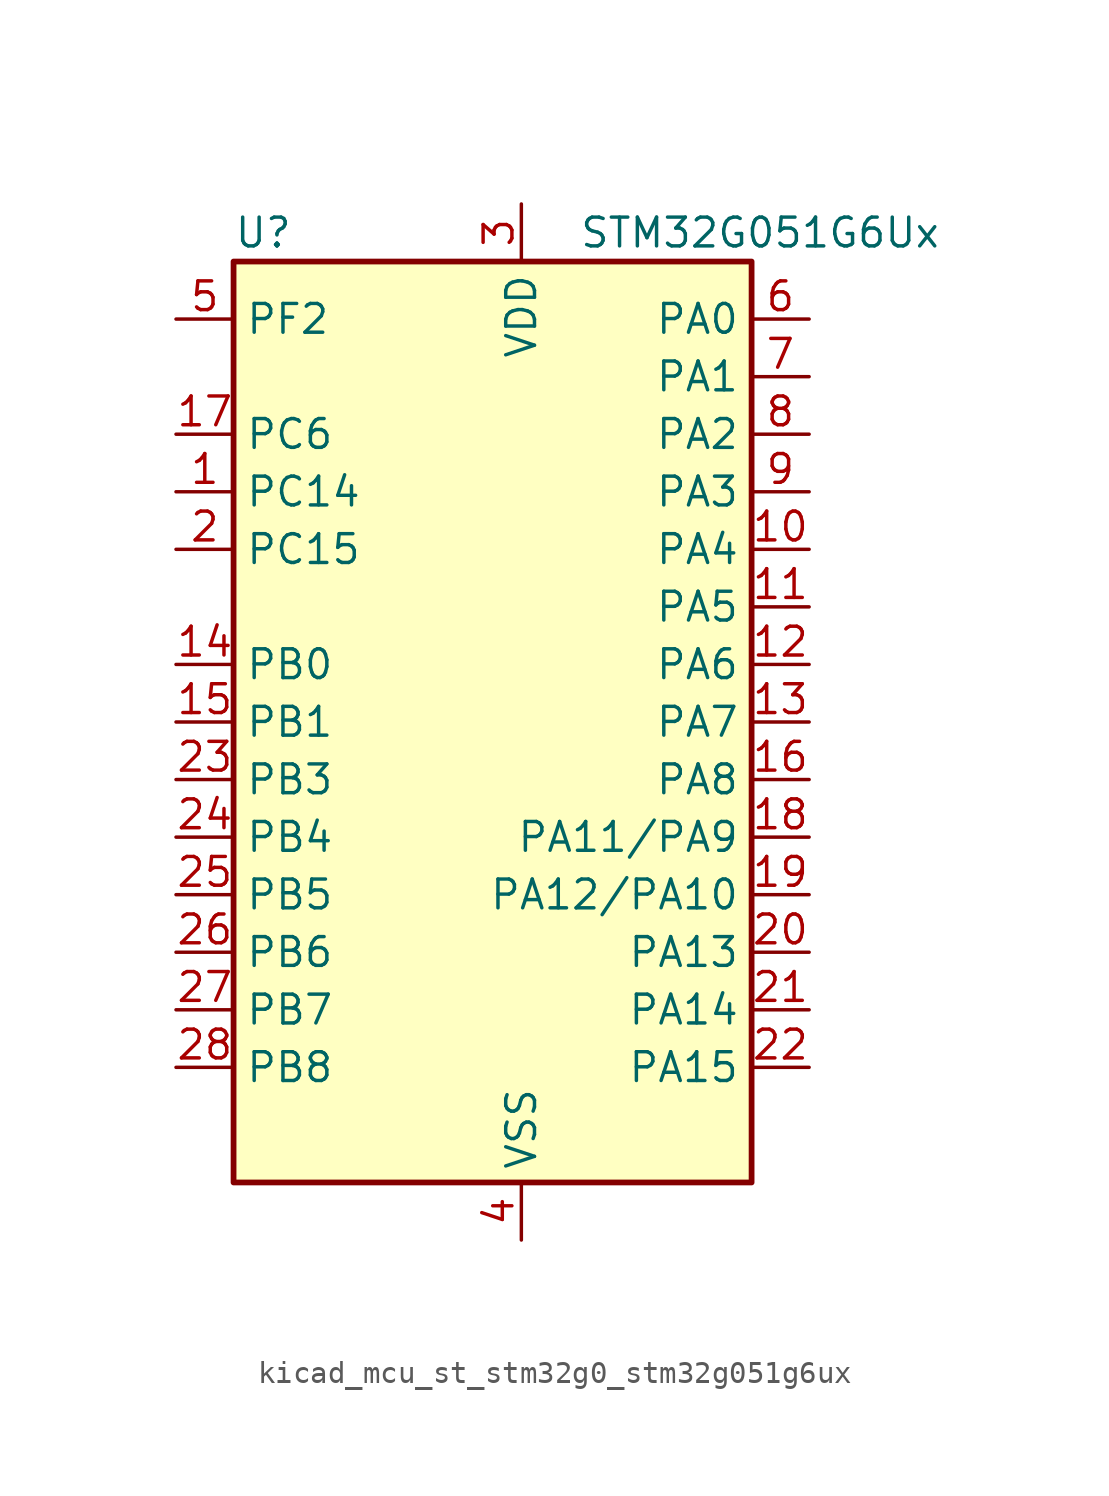
<source format=kicad_sym>
(kicad_symbol_lib
  (version 20220914)
  (generator kicad_symbol_editor)
  (symbol "kicad_mcu_st_stm32g0_stm32g051g6ux"
    (property "Reference" "U"
      (at -10.16 21.59 0)
      (effects (font (size 1.27 1.27)) (justify left)))
    (property "Value" "STM32G051G6Ux"
      (at 5.08 21.59 0)
      (effects (font (size 1.27 1.27)) (justify left)))
    (property "ki_locked" ""
      (at 0 0 0)
      (effects (font (size 1.27 1.27))))
    (symbol "kicad_mcu_st_stm32g0_stm32g051g6ux_0_1"
      (rectangle (start -10.16 -20.32) (end 12.7 20.32) (stroke (width 0.254) (type default)) (fill (type background))))
    (symbol "kicad_mcu_st_stm32g0_stm32g051g6ux_1_1"
      (pin bidirectional line (at -12.7 10.16 0) (length 2.54) (name "PC14" (effects (font (size 1.27 1.27)))) (number "1" (effects (font (size 1.27 1.27)))) (alternate "RCC_OSC32_IN" bidirectional line) (alternate "RCC_OSC_IN" bidirectional line) (alternate "TIM1_BK2" bidirectional line))
      (pin bidirectional line (at 15.24 7.62 180) (length 2.54) (name "PA4" (effects (font (size 1.27 1.27)))) (number "10" (effects (font (size 1.27 1.27)))) (alternate "ADC1_IN4" bidirectional line) (alternate "DAC1_OUT1" bidirectional line) (alternate "I2S1_WS" bidirectional line) (alternate "LPTIM2_OUT" bidirectional line) (alternate "RTC_OUT1" bidirectional line) (alternate "RTC_TAMP_IN1" bidirectional line) (alternate "RTC_TS" bidirectional line) (alternate "SPI1_NSS" bidirectional line) (alternate "SPI2_MOSI" bidirectional line) (alternate "SYS_WKUP2" bidirectional line) (alternate "TIM14_CH1" bidirectional line))
      (pin bidirectional line (at 15.24 5.08 180) (length 2.54) (name "PA5" (effects (font (size 1.27 1.27)))) (number "11" (effects (font (size 1.27 1.27)))) (alternate "ADC1_IN5" bidirectional line) (alternate "DAC1_OUT2" bidirectional line) (alternate "I2S1_CK" bidirectional line) (alternate "LPTIM2_ETR" bidirectional line) (alternate "SPI1_SCK" bidirectional line) (alternate "TIM2_CH1" bidirectional line) (alternate "TIM2_ETR" bidirectional line))
      (pin bidirectional line (at 15.24 2.54 180) (length 2.54) (name "PA6" (effects (font (size 1.27 1.27)))) (number "12" (effects (font (size 1.27 1.27)))) (alternate "ADC1_IN6" bidirectional line) (alternate "COMP1_OUT" bidirectional line) (alternate "I2S1_MCK" bidirectional line) (alternate "LPUART1_CTS" bidirectional line) (alternate "SPI1_MISO" bidirectional line) (alternate "TIM16_CH1" bidirectional line) (alternate "TIM1_BK" bidirectional line) (alternate "TIM3_CH1" bidirectional line))
      (pin bidirectional line (at 15.24 0 180) (length 2.54) (name "PA7" (effects (font (size 1.27 1.27)))) (number "13" (effects (font (size 1.27 1.27)))) (alternate "ADC1_IN7" bidirectional line) (alternate "COMP2_OUT" bidirectional line) (alternate "I2S1_SD" bidirectional line) (alternate "SPI1_MOSI" bidirectional line) (alternate "TIM14_CH1" bidirectional line) (alternate "TIM17_CH1" bidirectional line) (alternate "TIM1_CH1N" bidirectional line) (alternate "TIM3_CH2" bidirectional line))
      (pin bidirectional line (at -12.7 2.54 0) (length 2.54) (name "PB0" (effects (font (size 1.27 1.27)))) (number "14" (effects (font (size 1.27 1.27)))) (alternate "ADC1_IN8" bidirectional line) (alternate "COMP1_OUT" bidirectional line) (alternate "I2S1_WS" bidirectional line) (alternate "LPTIM1_OUT" bidirectional line) (alternate "SPI1_NSS" bidirectional line) (alternate "TIM1_CH2N" bidirectional line) (alternate "TIM3_CH3" bidirectional line))
      (pin bidirectional line (at -12.7 0 0) (length 2.54) (name "PB1" (effects (font (size 1.27 1.27)))) (number "15" (effects (font (size 1.27 1.27)))) (alternate "ADC1_IN9" bidirectional line) (alternate "COMP1_INM" bidirectional line) (alternate "LPTIM2_IN1" bidirectional line) (alternate "LPUART1_DE" bidirectional line) (alternate "LPUART1_RTS" bidirectional line) (alternate "TIM14_CH1" bidirectional line) (alternate "TIM1_CH3N" bidirectional line) (alternate "TIM3_CH4" bidirectional line))
      (pin bidirectional line (at 15.24 -2.54 180) (length 2.54) (name "PA8" (effects (font (size 1.27 1.27)))) (number "16" (effects (font (size 1.27 1.27)))) (alternate "LPTIM2_OUT" bidirectional line) (alternate "RCC_MCO" bidirectional line) (alternate "SPI2_NSS" bidirectional line) (alternate "TIM1_CH1" bidirectional line))
      (pin bidirectional line (at -12.7 12.7 0) (length 2.54) (name "PC6" (effects (font (size 1.27 1.27)))) (number "17" (effects (font (size 1.27 1.27)))) (alternate "TIM2_CH3" bidirectional line) (alternate "TIM3_CH1" bidirectional line))
      (pin bidirectional line (at 15.24 -5.08 180) (length 2.54) (name "PA11/PA9" (effects (font (size 1.27 1.27)))) (number "18" (effects (font (size 1.27 1.27)))) (alternate "ADC1_EXTI11" bidirectional line) (alternate "ADC1_IN15" bidirectional line) (alternate "COMP1_OUT" bidirectional line) (alternate "I2C2_SCL" bidirectional line) (alternate "I2S1_MCK" bidirectional line) (alternate "SPI1_MISO" bidirectional line) (alternate "TIM1_BK2" bidirectional line) (alternate "TIM1_CH4" bidirectional line) (alternate "USART1_CTS" bidirectional line) (alternate "USART1_NSS" bidirectional line))
      (pin bidirectional line (at 15.24 -7.62 180) (length 2.54) (name "PA12/PA10" (effects (font (size 1.27 1.27)))) (number "19" (effects (font (size 1.27 1.27)))) (alternate "ADC1_IN16" bidirectional line) (alternate "COMP2_OUT" bidirectional line) (alternate "I2C2_SDA" bidirectional line) (alternate "I2S1_SD" bidirectional line) (alternate "I2S_CKIN" bidirectional line) (alternate "SPI1_MOSI" bidirectional line) (alternate "TIM1_ETR" bidirectional line) (alternate "USART1_CK" bidirectional line) (alternate "USART1_DE" bidirectional line) (alternate "USART1_RTS" bidirectional line))
      (pin bidirectional line (at -12.7 7.62 0) (length 2.54) (name "PC15" (effects (font (size 1.27 1.27)))) (number "2" (effects (font (size 1.27 1.27)))) (alternate "RCC_OSC32_EN" bidirectional line) (alternate "RCC_OSC32_OUT" bidirectional line) (alternate "RCC_OSC_EN" bidirectional line) (alternate "TIM15_BK" bidirectional line))
      (pin bidirectional line (at 15.24 -10.16 180) (length 2.54) (name "PA13" (effects (font (size 1.27 1.27)))) (number "20" (effects (font (size 1.27 1.27)))) (alternate "ADC1_IN17" bidirectional line) (alternate "IR_OUT" bidirectional line) (alternate "SYS_SWDIO" bidirectional line))
      (pin bidirectional line (at 15.24 -12.7 180) (length 2.54) (name "PA14" (effects (font (size 1.27 1.27)))) (number "21" (effects (font (size 1.27 1.27)))) (alternate "ADC1_IN18" bidirectional line) (alternate "SYS_SWCLK" bidirectional line) (alternate "USART2_TX" bidirectional line))
      (pin bidirectional line (at 15.24 -15.24 180) (length 2.54) (name "PA15" (effects (font (size 1.27 1.27)))) (number "22" (effects (font (size 1.27 1.27)))) (alternate "I2S1_WS" bidirectional line) (alternate "SPI1_NSS" bidirectional line) (alternate "TIM2_CH1" bidirectional line) (alternate "TIM2_ETR" bidirectional line) (alternate "USART2_RX" bidirectional line))
      (pin bidirectional line (at -12.7 -2.54 0) (length 2.54) (name "PB3" (effects (font (size 1.27 1.27)))) (number "23" (effects (font (size 1.27 1.27)))) (alternate "COMP2_INM" bidirectional line) (alternate "I2S1_CK" bidirectional line) (alternate "SPI1_SCK" bidirectional line) (alternate "TIM1_CH2" bidirectional line) (alternate "TIM2_CH2" bidirectional line) (alternate "USART1_CK" bidirectional line) (alternate "USART1_DE" bidirectional line) (alternate "USART1_RTS" bidirectional line))
      (pin bidirectional line (at -12.7 -5.08 0) (length 2.54) (name "PB4" (effects (font (size 1.27 1.27)))) (number "24" (effects (font (size 1.27 1.27)))) (alternate "COMP2_INP" bidirectional line) (alternate "I2S1_MCK" bidirectional line) (alternate "SPI1_MISO" bidirectional line) (alternate "TIM17_BK" bidirectional line) (alternate "TIM3_CH1" bidirectional line) (alternate "USART1_CTS" bidirectional line) (alternate "USART1_NSS" bidirectional line))
      (pin bidirectional line (at -12.7 -7.62 0) (length 2.54) (name "PB5" (effects (font (size 1.27 1.27)))) (number "25" (effects (font (size 1.27 1.27)))) (alternate "COMP2_OUT" bidirectional line) (alternate "I2C1_SMBA" bidirectional line) (alternate "I2S1_SD" bidirectional line) (alternate "LPTIM1_IN1" bidirectional line) (alternate "SPI1_MOSI" bidirectional line) (alternate "SYS_WKUP6" bidirectional line) (alternate "TIM16_BK" bidirectional line) (alternate "TIM3_CH2" bidirectional line))
      (pin bidirectional line (at -12.7 -10.16 0) (length 2.54) (name "PB6" (effects (font (size 1.27 1.27)))) (number "26" (effects (font (size 1.27 1.27)))) (alternate "COMP2_INP" bidirectional line) (alternate "I2C1_SCL" bidirectional line) (alternate "LPTIM1_ETR" bidirectional line) (alternate "SPI2_MISO" bidirectional line) (alternate "TIM16_CH1N" bidirectional line) (alternate "TIM1_CH3" bidirectional line) (alternate "USART1_TX" bidirectional line))
      (pin bidirectional line (at -12.7 -12.7 0) (length 2.54) (name "PB7" (effects (font (size 1.27 1.27)))) (number "27" (effects (font (size 1.27 1.27)))) (alternate "ADC1_IN11" bidirectional line) (alternate "COMP2_INM" bidirectional line) (alternate "I2C1_SDA" bidirectional line) (alternate "LPTIM1_IN2" bidirectional line) (alternate "SPI2_MOSI" bidirectional line) (alternate "SYS_PVD_IN" bidirectional line) (alternate "TIM17_CH1N" bidirectional line) (alternate "USART1_RX" bidirectional line))
      (pin bidirectional line (at -12.7 -15.24 0) (length 2.54) (name "PB8" (effects (font (size 1.27 1.27)))) (number "28" (effects (font (size 1.27 1.27)))) (alternate "I2C1_SCL" bidirectional line) (alternate "SPI2_SCK" bidirectional line) (alternate "TIM15_BK" bidirectional line) (alternate "TIM16_CH1" bidirectional line))
      (pin power_in line (at 2.54 22.86 270) (length 2.54) (name "VDD" (effects (font (size 1.27 1.27)))) (number "3" (effects (font (size 1.27 1.27)))))
      (pin power_in line (at 2.54 -22.86 90) (length 2.54) (name "VSS" (effects (font (size 1.27 1.27)))) (number "4" (effects (font (size 1.27 1.27)))))
      (pin bidirectional line (at -12.7 17.78 0) (length 2.54) (name "PF2" (effects (font (size 1.27 1.27)))) (number "5" (effects (font (size 1.27 1.27)))) (alternate "RCC_MCO" bidirectional line))
      (pin bidirectional line (at 15.24 17.78 180) (length 2.54) (name "PA0" (effects (font (size 1.27 1.27)))) (number "6" (effects (font (size 1.27 1.27)))) (alternate "ADC1_IN0" bidirectional line) (alternate "COMP1_INM" bidirectional line) (alternate "COMP1_OUT" bidirectional line) (alternate "LPTIM1_OUT" bidirectional line) (alternate "RTC_TAMP_IN2" bidirectional line) (alternate "SPI2_SCK" bidirectional line) (alternate "SYS_WKUP1" bidirectional line) (alternate "TIM2_CH1" bidirectional line) (alternate "TIM2_ETR" bidirectional line) (alternate "USART2_CTS" bidirectional line) (alternate "USART2_NSS" bidirectional line))
      (pin bidirectional line (at 15.24 15.24 180) (length 2.54) (name "PA1" (effects (font (size 1.27 1.27)))) (number "7" (effects (font (size 1.27 1.27)))) (alternate "ADC1_IN1" bidirectional line) (alternate "COMP1_INP" bidirectional line) (alternate "I2C1_SMBA" bidirectional line) (alternate "I2S1_CK" bidirectional line) (alternate "SPI1_SCK" bidirectional line) (alternate "TIM15_CH1N" bidirectional line) (alternate "TIM2_CH2" bidirectional line) (alternate "USART2_CK" bidirectional line) (alternate "USART2_DE" bidirectional line) (alternate "USART2_RTS" bidirectional line))
      (pin bidirectional line (at 15.24 12.7 180) (length 2.54) (name "PA2" (effects (font (size 1.27 1.27)))) (number "8" (effects (font (size 1.27 1.27)))) (alternate "ADC1_IN2" bidirectional line) (alternate "COMP2_INM" bidirectional line) (alternate "COMP2_OUT" bidirectional line) (alternate "I2S1_SD" bidirectional line) (alternate "LPUART1_TX" bidirectional line) (alternate "RCC_LSCO" bidirectional line) (alternate "SPI1_MOSI" bidirectional line) (alternate "SYS_WKUP4" bidirectional line) (alternate "TIM15_CH1" bidirectional line) (alternate "TIM2_CH3" bidirectional line) (alternate "USART2_TX" bidirectional line))
      (pin bidirectional line (at 15.24 10.16 180) (length 2.54) (name "PA3" (effects (font (size 1.27 1.27)))) (number "9" (effects (font (size 1.27 1.27)))) (alternate "ADC1_IN3" bidirectional line) (alternate "COMP2_INP" bidirectional line) (alternate "LPUART1_RX" bidirectional line) (alternate "SPI2_MISO" bidirectional line) (alternate "TIM15_CH2" bidirectional line) (alternate "TIM2_CH4" bidirectional line) (alternate "USART2_RX" bidirectional line)))))
</source>
